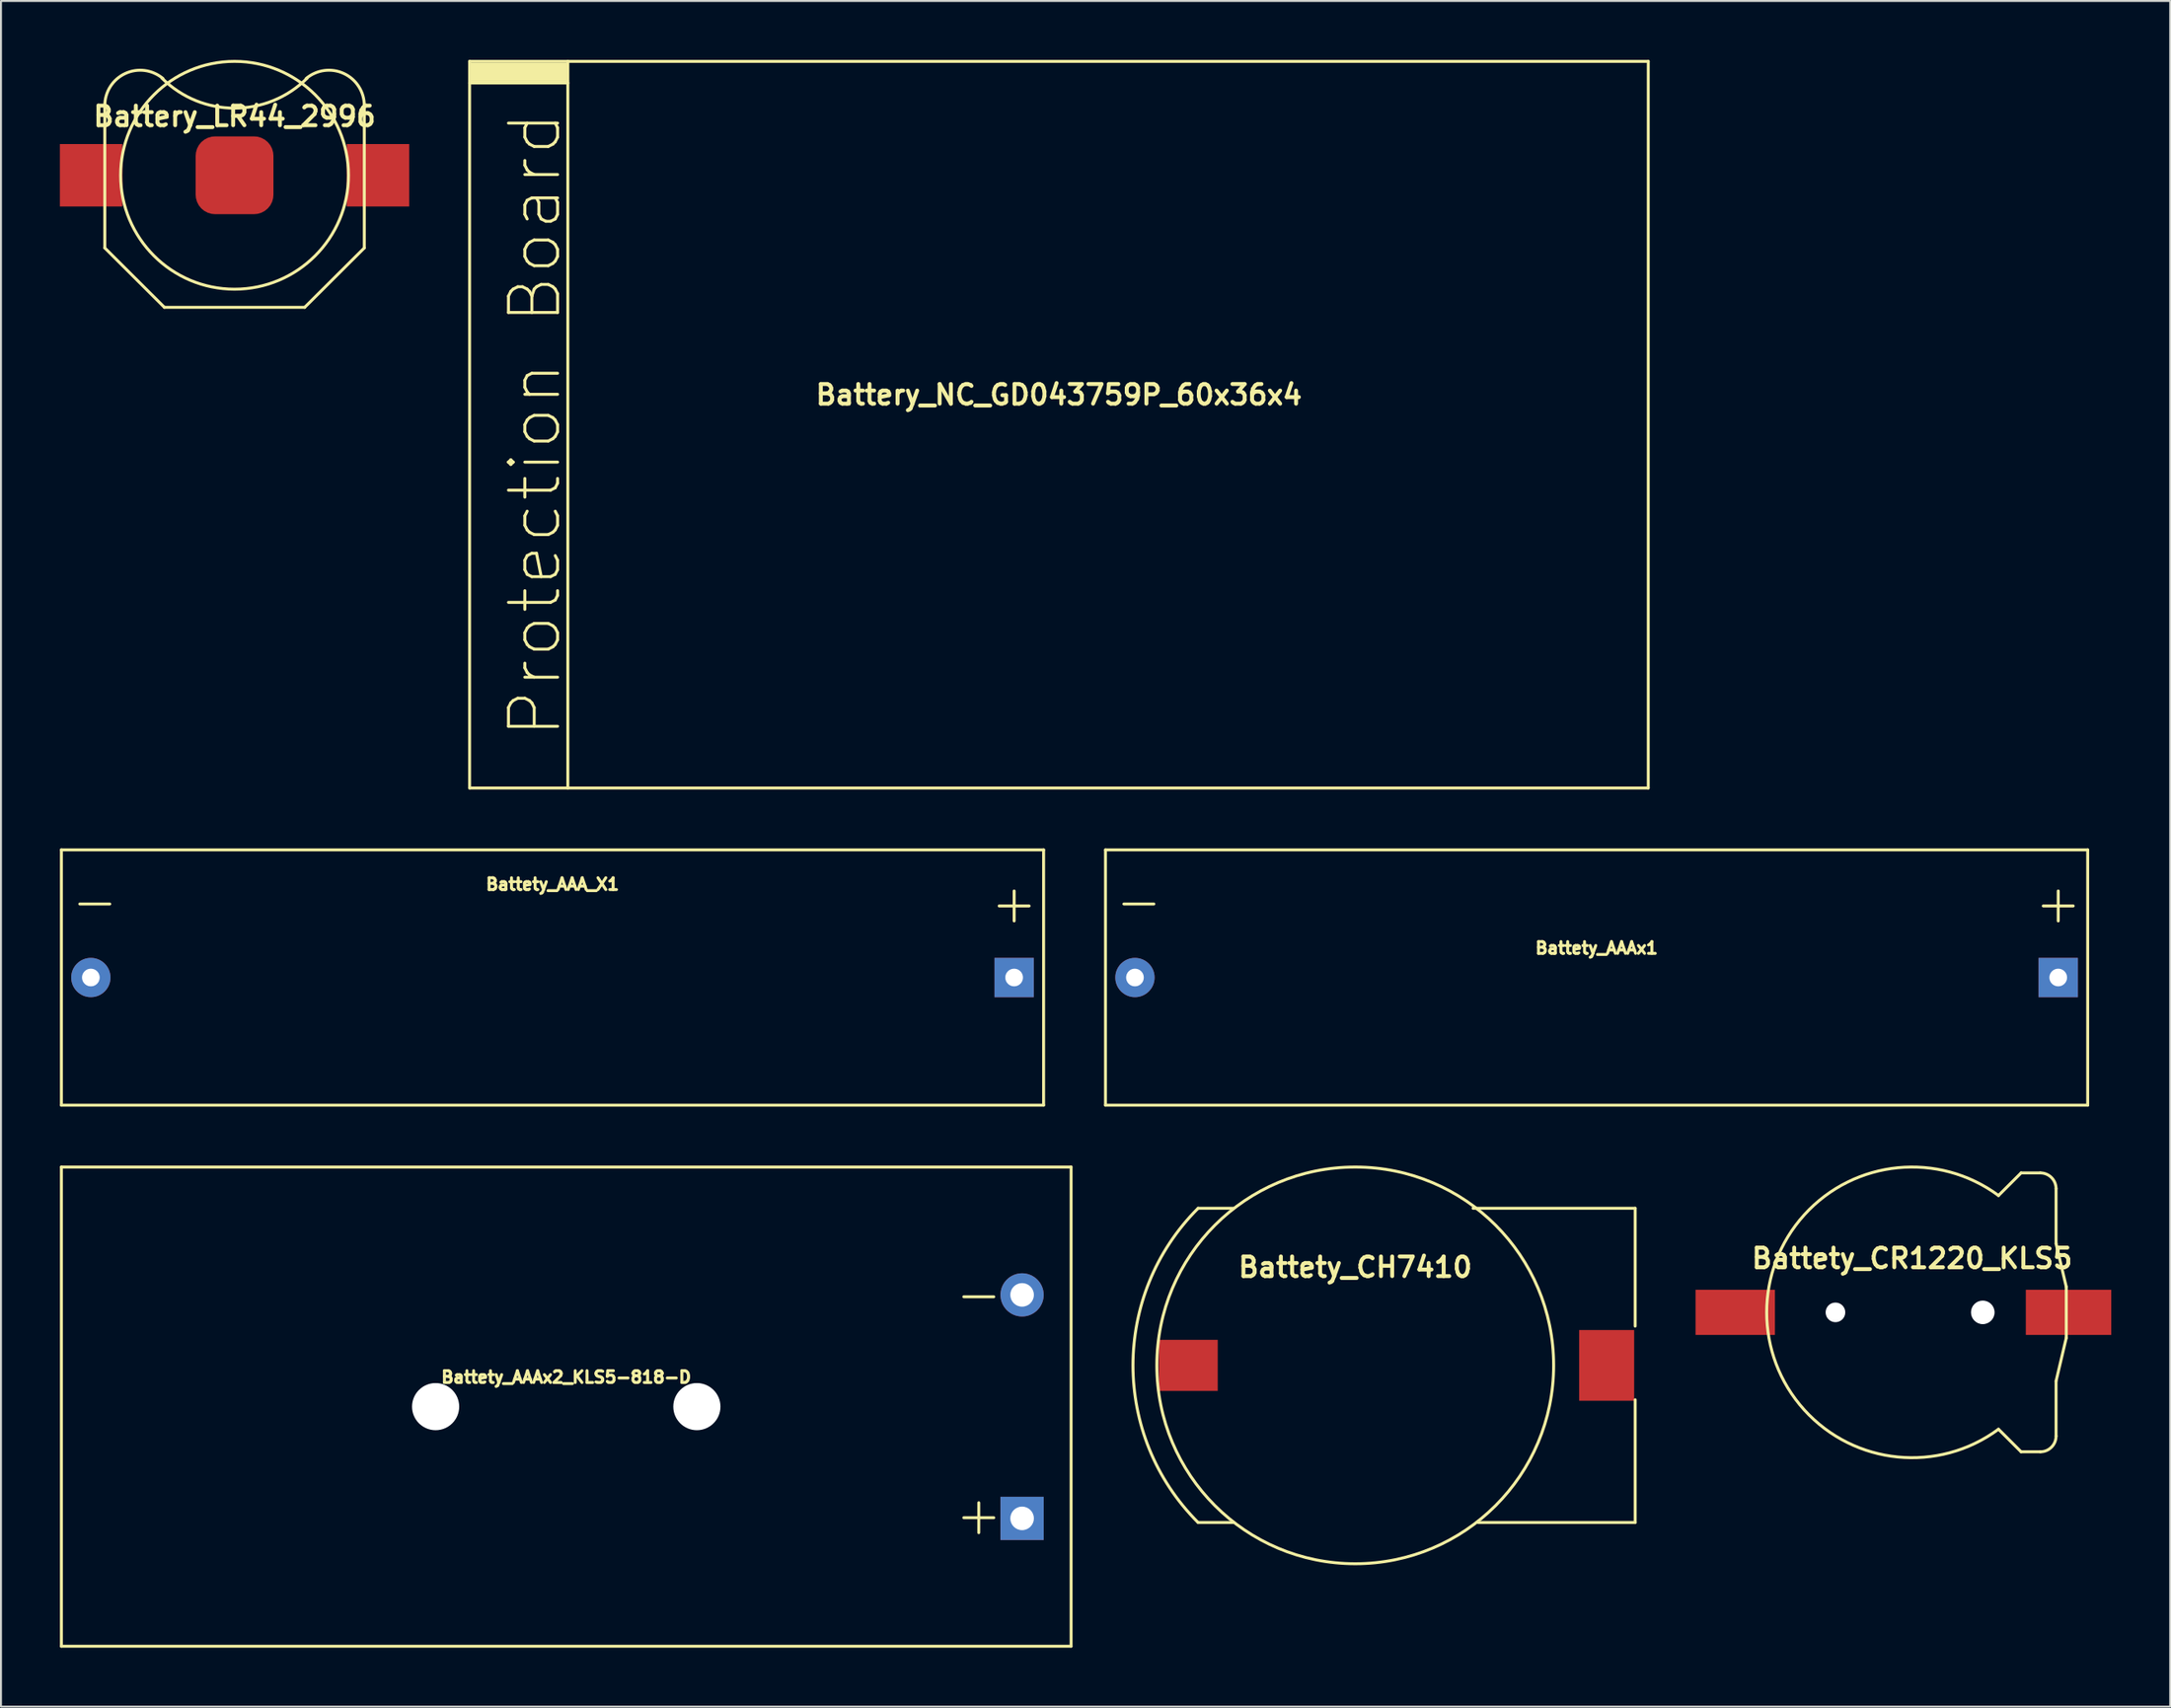
<source format=kicad_pcb>
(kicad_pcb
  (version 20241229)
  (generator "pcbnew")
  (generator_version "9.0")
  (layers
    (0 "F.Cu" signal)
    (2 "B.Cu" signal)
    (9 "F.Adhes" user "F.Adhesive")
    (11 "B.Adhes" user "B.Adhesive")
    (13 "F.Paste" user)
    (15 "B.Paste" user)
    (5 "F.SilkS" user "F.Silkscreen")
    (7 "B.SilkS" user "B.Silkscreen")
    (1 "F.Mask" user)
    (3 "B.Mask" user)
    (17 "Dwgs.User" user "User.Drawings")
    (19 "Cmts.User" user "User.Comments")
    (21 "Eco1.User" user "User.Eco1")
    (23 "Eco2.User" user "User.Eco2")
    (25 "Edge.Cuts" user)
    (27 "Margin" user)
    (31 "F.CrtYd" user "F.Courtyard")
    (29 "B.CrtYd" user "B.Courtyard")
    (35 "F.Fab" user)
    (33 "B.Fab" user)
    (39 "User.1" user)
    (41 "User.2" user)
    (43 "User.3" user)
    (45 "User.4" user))
  (footprint "Battery_NC_GD043759P_60x36x4"
    (layer "F.Cu")
    (at 50.855 18.575)
    (property "Reference" "Battery_NC_GD043759P_60x36x4" (at 0 -1.524 0) (layer "F.SilkS") (effects (font (size 1 1) (thickness 0.2))))
    (attr exclude_from_pos_files exclude_from_bom)
    (fp_line (start -30 18.5) (end -30 -18.5) (stroke (width 0.15) (type solid)) (layer "F.SilkS"))
    (fp_line (start -29.972 -18.352) (end -25.019 -18.352) (stroke (width 0.15) (type solid)) (layer "F.SilkS"))
    (fp_line (start -29.972 -18.098) (end -25.019 -18.098) (stroke (width 0.15) (type solid)) (layer "F.SilkS"))
    (fp_line (start -29.972 -17.843) (end -25.019 -17.843) (stroke (width 0.15) (type solid)) (layer "F.SilkS"))
    (fp_line (start -29.972 -17.59) (end -25.019 -17.59) (stroke (width 0.15) (type solid)) (layer "F.SilkS"))
    (fp_line (start -25.019 -18.224) (end -29.972 -18.224) (stroke (width 0.15) (type solid)) (layer "F.SilkS"))
    (fp_line (start -25.019 -17.971) (end -29.972 -17.971) (stroke (width 0.15) (type solid)) (layer "F.SilkS"))
    (fp_line (start -25.019 -17.716) (end -29.972 -17.716) (stroke (width 0.15) (type solid)) (layer "F.SilkS"))
    (fp_line (start -25.019 -17.462) (end -29.972 -17.462) (stroke (width 0.15) (type solid)) (layer "F.SilkS"))
    (fp_line (start -25 -17.399) (end -30 -17.399) (stroke (width 0.15) (type solid)) (layer "F.SilkS"))
    (fp_line (start -25 18.5) (end -25 -18.5) (stroke (width 0.15) (type solid)) (layer "F.SilkS"))
    (fp_line (start 30 -18.5) (end -30 -18.5) (stroke (width 0.15) (type solid)) (layer "F.SilkS"))
    (fp_line (start 30 18.5) (end -30 18.5) (stroke (width 0.15) (type solid)) (layer "F.SilkS"))
    (fp_line (start 30 18.5) (end 30 -18.5) (stroke (width 0.15) (type solid)) (layer "F.SilkS"))
    (fp_text user "Protection Board" (at -26.67 0 90) (layer "F.SilkS") (effects (font (size 2.5 2.5) (thickness 0.15)))))
  (footprint "Battety_CR1220_KLS5"
    (layer "F.Cu")
    (at 94.284 63.775)
    (property "Reference" "Battety_CR1220_KLS5" (at 0 -2.75 0) (layer "F.SilkS") (effects (font (size 1 1) (thickness 0.2))))
    (attr smd)
    (fp_line (start 4.4 -5.95) (end 5.55 -7.1) (stroke (width 0.15) (type solid)) (layer "F.SilkS"))
    (fp_line (start 4.4 5.95) (end 5.55 7.1) (stroke (width 0.15) (type solid)) (layer "F.SilkS"))
    (fp_line (start 5.55 -7.1) (end 6.53 -7.1) (stroke (width 0.15) (type solid)) (layer "F.SilkS"))
    (fp_line (start 5.55 7.1) (end 6.53 7.1) (stroke (width 0.15) (type solid)) (layer "F.SilkS"))
    (fp_line (start 7.33 -3.5) (end 7.33 -6.3) (stroke (width 0.15) (type solid)) (layer "F.SilkS"))
    (fp_line (start 7.33 3.5) (end 7.33 6.3) (stroke (width 0.15) (type solid)) (layer "F.SilkS"))
    (fp_line (start 7.33 3.5) (end 7.85 1.3) (stroke (width 0.15) (type solid)) (layer "F.SilkS"))
    (fp_line (start 7.85 -1.3) (end 7.33 -3.5) (stroke (width 0.15) (type solid)) (layer "F.SilkS"))
    (fp_line (start 7.85 1.3) (end 7.85 -1.3) (stroke (width 0.15) (type solid)) (layer "F.SilkS"))
    (fp_arc (start 4.4 5.95) (mid -7.400169 -0.002225) (end 4.403578 -5.947353) (stroke (width 0.15) (type solid)) (layer "F.SilkS"))
    (fp_arc (start 6.53 -7.1) (mid 7.095685 -6.865685) (end 7.33 -6.3) (stroke (width 0.15) (type solid)) (layer "F.SilkS"))
    (fp_arc (start 7.33 6.3) (mid 7.095685 6.865685) (end 6.53 7.1) (stroke (width 0.15) (type solid)) (layer "F.SilkS"))
    (pad "" np_thru_hole circle (at -3.9 0) (size 1 1) (drill 1) (layers "*.Cu" "*.Mask"))
    (pad "" np_thru_hole circle (at 3.6 0) (size 1.2 1.2) (drill 1.2) (layers "*.Cu" "*.Mask"))
    (pad "A" smd rect (at 7.965 0) (size 4.35 2.3) (layers "F.Cu" "F.Mask" "F.Paste"))
    (pad "C" smd rect (at -9 0) (size 4.04 2.3) (layers "F.Cu" "F.Mask" "F.Paste")))
  (footprint "Battery_LR44_2996"
    (layer "F.Cu")
    (at 8.89 5.875)
    (property "Reference" "Battery_LR44_2996" (at 0 -3 0) (layer "F.SilkS") (effects (font (size 1 1) (thickness 0.2))))
    (attr smd)
    (fp_line (start -6.605 3.7) (end -6.605 -3.5) (stroke (width 0.15) (type solid)) (layer "F.SilkS"))
    (fp_line (start -3.57 6.725) (end -6.605 3.7) (stroke (width 0.15) (type solid)) (layer "F.SilkS"))
    (fp_line (start -3.57 6.725) (end 3.57 6.725) (stroke (width 0.15) (type solid)) (layer "F.SilkS"))
    (fp_line (start 3.57 6.725) (end 6.605 3.7) (stroke (width 0.15) (type solid)) (layer "F.SilkS"))
    (fp_line (start 6.605 3.7) (end 6.605 -3.55) (stroke (width 0.15) (type solid)) (layer "F.SilkS"))
    (fp_arc (start -6.605 -3.55) (mid -5.565713 -5.181354) (end -3.647982 -4.92888) (stroke (width 0.15) (type solid)) (layer "F.SilkS"))
    (fp_arc (start 3.647982 -4.92888) (mid 5.565713 -5.181354) (end 6.605 -3.55) (stroke (width 0.15) (type solid)) (layer "F.SilkS"))
    (fp_arc (start 3.7 -4.95) (mid 0 -3.41741) (end -3.7 -4.95) (stroke (width 0.15) (type solid)) (layer "F.SilkS"))
    (fp_circle (center 0 0) (end 5.8 0) (stroke (width 0.15) (type solid)) (fill no) (layer "F.SilkS"))
    (pad "A" smd rect (at -7.3 0) (size 3.18 3.18) (layers "F.Cu" "F.Mask" "F.Paste"))
    (pad "A" smd rect (at 7.3 0) (size 3.18 3.18) (layers "F.Cu" "F.Mask" "F.Paste"))
    (pad "C" smd roundrect (at 0 0) (size 3.96 3.96) (layers "F.Cu" "F.Mask") (roundrect_rratio 0.25)))
  (footprint "Battety_AAA_X1"
    (layer "F.Cu")
    (at 25.075 46.725)
    (property "Reference" "Battety_AAA_X1" (at 0 -4.75 0) (layer "F.SilkS") (effects (font (size 0.6 0.6) (thickness 0.15))))
    (attr through_hole)
    (fp_line (start -25 -6.5) (end 25 -6.5) (stroke (width 0.15) (type solid)) (layer "F.SilkS"))
    (fp_line (start -25 6.5) (end -25 -6.5) (stroke (width 0.15) (type solid)) (layer "F.SilkS"))
    (fp_line (start 25 -6.5) (end 25 6.5) (stroke (width 0.15) (type solid)) (layer "F.SilkS"))
    (fp_line (start 25 6.5) (end -25 6.5) (stroke (width 0.15) (type solid)) (layer "F.SilkS"))
    (fp_text user "+" (at 23.5 -3.8 0) (layer "F.SilkS") (effects (font (size 2 2) (thickness 0.15))))
    (fp_text user "-" (at -23.3 -3.9 0) (layer "F.SilkS") (effects (font (size 2 2) (thickness 0.15))))
    (pad "A" thru_hole rect (at 23.5 0) (size 2 2) (drill 0.9) (layers "*.Cu" "*.Mask"))
    (pad "C" thru_hole circle (at -23.5 0) (size 2 2) (drill 0.9) (layers "*.Cu" "*.Mask")))
  (footprint "Battety_CH7410"
    (layer "F.Cu")
    (at 65.939 66.475)
    (property "Reference" "Battety_CH7410" (at 0 -5 0) (layer "F.SilkS") (effects (font (size 1 1) (thickness 0.2))))
    (attr smd)
    (fp_line (start -8 -8) (end -6.2 -8) (stroke (width 0.15) (type solid)) (layer "F.SilkS"))
    (fp_line (start -8 8) (end -6.2 8) (stroke (width 0.15) (type solid)) (layer "F.SilkS"))
    (fp_line (start 14.25 -8) (end 6 -8) (stroke (width 0.15) (type solid)) (layer "F.SilkS"))
    (fp_line (start 14.25 -2) (end 14.25 -8) (stroke (width 0.15) (type solid)) (layer "F.SilkS"))
    (fp_line (start 14.25 1.75) (end 14.25 8) (stroke (width 0.15) (type solid)) (layer "F.SilkS"))
    (fp_line (start 14.25 8) (end 6.25 8) (stroke (width 0.15) (type solid)) (layer "F.SilkS"))
    (fp_arc (start -8 8) (mid -11.313708 0) (end -8 -8) (stroke (width 0.15) (type solid)) (layer "F.SilkS"))
    (fp_circle (center 0 0) (end -10.1 0) (stroke (width 0.15) (type solid)) (fill no) (layer "F.SilkS"))
    (pad "A" smd rect (at 12.8 0) (size 2.8 3.6) (layers "F.Cu" "F.Mask" "F.Paste"))
    (pad "C" smd rect (at -8.5 0) (size 3 2.6) (layers "F.Cu" "F.Mask" "F.Paste")))
  (footprint "Battety_AAAx2_KLS5-818-D"
    (layer "F.Cu")
    (at 25.775 68.575)
    (property "Reference" "Battety_AAAx2_KLS5-818-D" (at 0 -1.5 0) (unlocked yes) (layer "F.SilkS") (effects (font (size 0.6 0.6) (thickness 0.15))))
    (attr through_hole)
    (fp_line (start -25.7 -12.2) (end 25.7 -12.2) (stroke (width 0.15) (type solid)) (layer "F.SilkS"))
    (fp_line (start -25.7 12.2) (end -25.7 -12.2) (stroke (width 0.15) (type solid)) (layer "F.SilkS"))
    (fp_line (start 25.7 -12.2) (end 25.7 12.2) (stroke (width 0.15) (type solid)) (layer "F.SilkS"))
    (fp_line (start 25.7 12.2) (end -25.7 12.2) (stroke (width 0.15) (type solid)) (layer "F.SilkS"))
    (fp_text user "+" (at 21 5.5 0) (layer "F.SilkS") (effects (font (size 2 2) (thickness 0.15))))
    (fp_text user "-" (at 21 -5.75 0) (layer "F.SilkS") (effects (font (size 2 2) (thickness 0.15))))
    (pad "" np_thru_hole circle (at -6.65 0) (size 2.4 2.4) (drill 2.4) (layers "*.Cu" "*.Mask"))
    (pad "" np_thru_hole circle (at 6.65 0) (size 2.4 2.4) (drill 2.4) (layers "*.Cu" "*.Mask"))
    (pad "A" thru_hole rect (at 23.205 5.69) (size 2.2 2.2) (drill 1.2) (layers "*.Cu" "*.Mask"))
    (pad "C" thru_hole circle (at 23.205 -5.69) (size 2.2 2.2) (drill 1.2) (layers "*.Cu" "*.Mask")))
  (footprint "Battety_AAAx1"
    (layer "F.Cu")
    (at 78.225 46.725)
    (property "Reference" "Battety_AAAx1" (at 0 -1.5 0) (unlocked yes) (layer "F.SilkS") (effects (font (size 0.6 0.6) (thickness 0.15))))
    (attr through_hole)
    (fp_line (start -25 -6.5) (end 25 -6.5) (stroke (width 0.15) (type solid)) (layer "F.SilkS"))
    (fp_line (start -25 6.5) (end -25 -6.5) (stroke (width 0.15) (type solid)) (layer "F.SilkS"))
    (fp_line (start 25 -6.5) (end 25 6.5) (stroke (width 0.15) (type solid)) (layer "F.SilkS"))
    (fp_line (start 25 6.5) (end -25 6.5) (stroke (width 0.15) (type solid)) (layer "F.SilkS"))
    (fp_text user "-" (at -23.3 -3.9 0) (layer "F.SilkS") (effects (font (size 2 2) (thickness 0.15))))
    (fp_text user "+" (at 23.5 -3.8 0) (layer "F.SilkS") (effects (font (size 2 2) (thickness 0.15))))
    (pad "A" thru_hole rect (at 23.5 0) (size 2 2) (drill 0.9) (layers "*.Cu" "*.Mask"))
    (pad "C" thru_hole circle (at -23.5 0) (size 2 2) (drill 0.9) (layers "*.Cu" "*.Mask")))
  (gr_rect
    (start -3 -3)
    (end 107.424 83.85)
    (stroke (width 0.1) (type default))
    (fill no)
    (layer "Edge.Cuts")))
</source>
